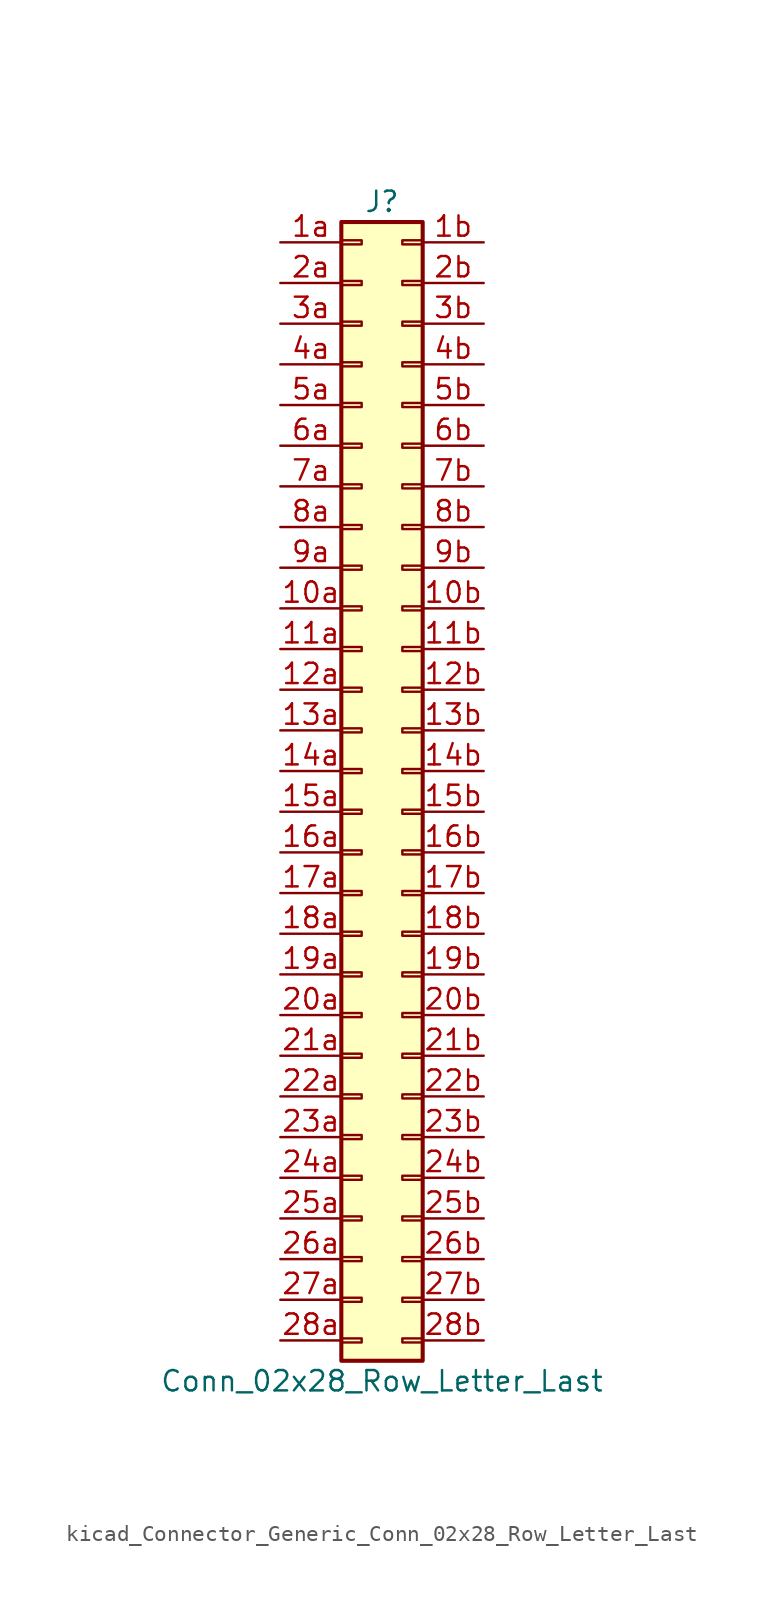
<source format=kicad_sym>
(kicad_symbol_lib
  (version 20220914)
  (generator kicad_symbol_editor)
  (symbol "kicad_Connector_Generic_Conn_02x28_Row_Letter_Last"
    (pin_names
      (offset 1.016) hide)
    (property "Reference" "J"
      (at 1.27 35.56 0)
      (effects (font (size 1.27 1.27))))
    (property "Value" "Conn_02x28_Row_Letter_Last"
      (at 1.27 -38.1 0)
      (effects (font (size 1.27 1.27))))
    (symbol "kicad_Connector_Generic_Conn_02x28_Row_Letter_Last_1_1"
      (rectangle (start -1.27 -35.433) (end 0 -35.687) (stroke (width 0.152) (type default)) (fill (type none)))
      (rectangle (start -1.27 -32.893) (end 0 -33.147) (stroke (width 0.152) (type default)) (fill (type none)))
      (rectangle (start -1.27 -30.353) (end 0 -30.607) (stroke (width 0.152) (type default)) (fill (type none)))
      (rectangle (start -1.27 -27.813) (end 0 -28.067) (stroke (width 0.152) (type default)) (fill (type none)))
      (rectangle (start -1.27 -25.273) (end 0 -25.527) (stroke (width 0.152) (type default)) (fill (type none)))
      (rectangle (start -1.27 -22.733) (end 0 -22.987) (stroke (width 0.152) (type default)) (fill (type none)))
      (rectangle (start -1.27 -20.193) (end 0 -20.447) (stroke (width 0.152) (type default)) (fill (type none)))
      (rectangle (start -1.27 -17.653) (end 0 -17.907) (stroke (width 0.152) (type default)) (fill (type none)))
      (rectangle (start -1.27 -15.113) (end 0 -15.367) (stroke (width 0.152) (type default)) (fill (type none)))
      (rectangle (start -1.27 -12.573) (end 0 -12.827) (stroke (width 0.152) (type default)) (fill (type none)))
      (rectangle (start -1.27 -10.033) (end 0 -10.287) (stroke (width 0.152) (type default)) (fill (type none)))
      (rectangle (start -1.27 -7.493) (end 0 -7.747) (stroke (width 0.152) (type default)) (fill (type none)))
      (rectangle (start -1.27 -4.953) (end 0 -5.207) (stroke (width 0.152) (type default)) (fill (type none)))
      (rectangle (start -1.27 -2.413) (end 0 -2.667) (stroke (width 0.152) (type default)) (fill (type none)))
      (rectangle (start -1.27 0.127) (end 0 -0.127) (stroke (width 0.152) (type default)) (fill (type none)))
      (rectangle (start -1.27 2.667) (end 0 2.413) (stroke (width 0.152) (type default)) (fill (type none)))
      (rectangle (start -1.27 5.207) (end 0 4.953) (stroke (width 0.152) (type default)) (fill (type none)))
      (rectangle (start -1.27 7.747) (end 0 7.493) (stroke (width 0.152) (type default)) (fill (type none)))
      (rectangle (start -1.27 10.287) (end 0 10.033) (stroke (width 0.152) (type default)) (fill (type none)))
      (rectangle (start -1.27 12.827) (end 0 12.573) (stroke (width 0.152) (type default)) (fill (type none)))
      (rectangle (start -1.27 15.367) (end 0 15.113) (stroke (width 0.152) (type default)) (fill (type none)))
      (rectangle (start -1.27 17.907) (end 0 17.653) (stroke (width 0.152) (type default)) (fill (type none)))
      (rectangle (start -1.27 20.447) (end 0 20.193) (stroke (width 0.152) (type default)) (fill (type none)))
      (rectangle (start -1.27 22.987) (end 0 22.733) (stroke (width 0.152) (type default)) (fill (type none)))
      (rectangle (start -1.27 25.527) (end 0 25.273) (stroke (width 0.152) (type default)) (fill (type none)))
      (rectangle (start -1.27 28.067) (end 0 27.813) (stroke (width 0.152) (type default)) (fill (type none)))
      (rectangle (start -1.27 30.607) (end 0 30.353) (stroke (width 0.152) (type default)) (fill (type none)))
      (rectangle (start -1.27 33.147) (end 0 32.893) (stroke (width 0.152) (type default)) (fill (type none)))
      (rectangle (start -1.27 34.29) (end 3.81 -36.83) (stroke (width 0.254) (type default)) (fill (type background)))
      (rectangle (start 3.81 -35.433) (end 2.54 -35.687) (stroke (width 0.152) (type default)) (fill (type none)))
      (rectangle (start 3.81 -32.893) (end 2.54 -33.147) (stroke (width 0.152) (type default)) (fill (type none)))
      (rectangle (start 3.81 -30.353) (end 2.54 -30.607) (stroke (width 0.152) (type default)) (fill (type none)))
      (rectangle (start 3.81 -27.813) (end 2.54 -28.067) (stroke (width 0.152) (type default)) (fill (type none)))
      (rectangle (start 3.81 -25.273) (end 2.54 -25.527) (stroke (width 0.152) (type default)) (fill (type none)))
      (rectangle (start 3.81 -22.733) (end 2.54 -22.987) (stroke (width 0.152) (type default)) (fill (type none)))
      (rectangle (start 3.81 -20.193) (end 2.54 -20.447) (stroke (width 0.152) (type default)) (fill (type none)))
      (rectangle (start 3.81 -17.653) (end 2.54 -17.907) (stroke (width 0.152) (type default)) (fill (type none)))
      (rectangle (start 3.81 -15.113) (end 2.54 -15.367) (stroke (width 0.152) (type default)) (fill (type none)))
      (rectangle (start 3.81 -12.573) (end 2.54 -12.827) (stroke (width 0.152) (type default)) (fill (type none)))
      (rectangle (start 3.81 -10.033) (end 2.54 -10.287) (stroke (width 0.152) (type default)) (fill (type none)))
      (rectangle (start 3.81 -7.493) (end 2.54 -7.747) (stroke (width 0.152) (type default)) (fill (type none)))
      (rectangle (start 3.81 -4.953) (end 2.54 -5.207) (stroke (width 0.152) (type default)) (fill (type none)))
      (rectangle (start 3.81 -2.413) (end 2.54 -2.667) (stroke (width 0.152) (type default)) (fill (type none)))
      (rectangle (start 3.81 0.127) (end 2.54 -0.127) (stroke (width 0.152) (type default)) (fill (type none)))
      (rectangle (start 3.81 2.667) (end 2.54 2.413) (stroke (width 0.152) (type default)) (fill (type none)))
      (rectangle (start 3.81 5.207) (end 2.54 4.953) (stroke (width 0.152) (type default)) (fill (type none)))
      (rectangle (start 3.81 7.747) (end 2.54 7.493) (stroke (width 0.152) (type default)) (fill (type none)))
      (rectangle (start 3.81 10.287) (end 2.54 10.033) (stroke (width 0.152) (type default)) (fill (type none)))
      (rectangle (start 3.81 12.827) (end 2.54 12.573) (stroke (width 0.152) (type default)) (fill (type none)))
      (rectangle (start 3.81 15.367) (end 2.54 15.113) (stroke (width 0.152) (type default)) (fill (type none)))
      (rectangle (start 3.81 17.907) (end 2.54 17.653) (stroke (width 0.152) (type default)) (fill (type none)))
      (rectangle (start 3.81 20.447) (end 2.54 20.193) (stroke (width 0.152) (type default)) (fill (type none)))
      (rectangle (start 3.81 22.987) (end 2.54 22.733) (stroke (width 0.152) (type default)) (fill (type none)))
      (rectangle (start 3.81 25.527) (end 2.54 25.273) (stroke (width 0.152) (type default)) (fill (type none)))
      (rectangle (start 3.81 28.067) (end 2.54 27.813) (stroke (width 0.152) (type default)) (fill (type none)))
      (rectangle (start 3.81 30.607) (end 2.54 30.353) (stroke (width 0.152) (type default)) (fill (type none)))
      (rectangle (start 3.81 33.147) (end 2.54 32.893) (stroke (width 0.152) (type default)) (fill (type none)))
      (pin passive line (at -5.08 10.16 0) (length 3.81) (name "Pin_10a" (effects (font (size 1.27 1.27)))) (number "10a" (effects (font (size 1.27 1.27)))))
      (pin passive line (at 7.62 10.16 180) (length 3.81) (name "Pin_10b" (effects (font (size 1.27 1.27)))) (number "10b" (effects (font (size 1.27 1.27)))))
      (pin passive line (at -5.08 7.62 0) (length 3.81) (name "Pin_11a" (effects (font (size 1.27 1.27)))) (number "11a" (effects (font (size 1.27 1.27)))))
      (pin passive line (at 7.62 7.62 180) (length 3.81) (name "Pin_11b" (effects (font (size 1.27 1.27)))) (number "11b" (effects (font (size 1.27 1.27)))))
      (pin passive line (at -5.08 5.08 0) (length 3.81) (name "Pin_12a" (effects (font (size 1.27 1.27)))) (number "12a" (effects (font (size 1.27 1.27)))))
      (pin passive line (at 7.62 5.08 180) (length 3.81) (name "Pin_12b" (effects (font (size 1.27 1.27)))) (number "12b" (effects (font (size 1.27 1.27)))))
      (pin passive line (at -5.08 2.54 0) (length 3.81) (name "Pin_13a" (effects (font (size 1.27 1.27)))) (number "13a" (effects (font (size 1.27 1.27)))))
      (pin passive line (at 7.62 2.54 180) (length 3.81) (name "Pin_13b" (effects (font (size 1.27 1.27)))) (number "13b" (effects (font (size 1.27 1.27)))))
      (pin passive line (at -5.08 0 0) (length 3.81) (name "Pin_14a" (effects (font (size 1.27 1.27)))) (number "14a" (effects (font (size 1.27 1.27)))))
      (pin passive line (at 7.62 0 180) (length 3.81) (name "Pin_14b" (effects (font (size 1.27 1.27)))) (number "14b" (effects (font (size 1.27 1.27)))))
      (pin passive line (at -5.08 -2.54 0) (length 3.81) (name "Pin_15a" (effects (font (size 1.27 1.27)))) (number "15a" (effects (font (size 1.27 1.27)))))
      (pin passive line (at 7.62 -2.54 180) (length 3.81) (name "Pin_15b" (effects (font (size 1.27 1.27)))) (number "15b" (effects (font (size 1.27 1.27)))))
      (pin passive line (at -5.08 -5.08 0) (length 3.81) (name "Pin_16a" (effects (font (size 1.27 1.27)))) (number "16a" (effects (font (size 1.27 1.27)))))
      (pin passive line (at 7.62 -5.08 180) (length 3.81) (name "Pin_16b" (effects (font (size 1.27 1.27)))) (number "16b" (effects (font (size 1.27 1.27)))))
      (pin passive line (at -5.08 -7.62 0) (length 3.81) (name "Pin_17a" (effects (font (size 1.27 1.27)))) (number "17a" (effects (font (size 1.27 1.27)))))
      (pin passive line (at 7.62 -7.62 180) (length 3.81) (name "Pin_17b" (effects (font (size 1.27 1.27)))) (number "17b" (effects (font (size 1.27 1.27)))))
      (pin passive line (at -5.08 -10.16 0) (length 3.81) (name "Pin_18a" (effects (font (size 1.27 1.27)))) (number "18a" (effects (font (size 1.27 1.27)))))
      (pin passive line (at 7.62 -10.16 180) (length 3.81) (name "Pin_18b" (effects (font (size 1.27 1.27)))) (number "18b" (effects (font (size 1.27 1.27)))))
      (pin passive line (at -5.08 -12.7 0) (length 3.81) (name "Pin_19a" (effects (font (size 1.27 1.27)))) (number "19a" (effects (font (size 1.27 1.27)))))
      (pin passive line (at 7.62 -12.7 180) (length 3.81) (name "Pin_19b" (effects (font (size 1.27 1.27)))) (number "19b" (effects (font (size 1.27 1.27)))))
      (pin passive line (at -5.08 33.02 0) (length 3.81) (name "Pin_1a" (effects (font (size 1.27 1.27)))) (number "1a" (effects (font (size 1.27 1.27)))))
      (pin passive line (at 7.62 33.02 180) (length 3.81) (name "Pin_1b" (effects (font (size 1.27 1.27)))) (number "1b" (effects (font (size 1.27 1.27)))))
      (pin passive line (at -5.08 -15.24 0) (length 3.81) (name "Pin_20a" (effects (font (size 1.27 1.27)))) (number "20a" (effects (font (size 1.27 1.27)))))
      (pin passive line (at 7.62 -15.24 180) (length 3.81) (name "Pin_20b" (effects (font (size 1.27 1.27)))) (number "20b" (effects (font (size 1.27 1.27)))))
      (pin passive line (at -5.08 -17.78 0) (length 3.81) (name "Pin_21a" (effects (font (size 1.27 1.27)))) (number "21a" (effects (font (size 1.27 1.27)))))
      (pin passive line (at 7.62 -17.78 180) (length 3.81) (name "Pin_21b" (effects (font (size 1.27 1.27)))) (number "21b" (effects (font (size 1.27 1.27)))))
      (pin passive line (at -5.08 -20.32 0) (length 3.81) (name "Pin_22a" (effects (font (size 1.27 1.27)))) (number "22a" (effects (font (size 1.27 1.27)))))
      (pin passive line (at 7.62 -20.32 180) (length 3.81) (name "Pin_22b" (effects (font (size 1.27 1.27)))) (number "22b" (effects (font (size 1.27 1.27)))))
      (pin passive line (at -5.08 -22.86 0) (length 3.81) (name "Pin_23a" (effects (font (size 1.27 1.27)))) (number "23a" (effects (font (size 1.27 1.27)))))
      (pin passive line (at 7.62 -22.86 180) (length 3.81) (name "Pin_23b" (effects (font (size 1.27 1.27)))) (number "23b" (effects (font (size 1.27 1.27)))))
      (pin passive line (at -5.08 -25.4 0) (length 3.81) (name "Pin_24a" (effects (font (size 1.27 1.27)))) (number "24a" (effects (font (size 1.27 1.27)))))
      (pin passive line (at 7.62 -25.4 180) (length 3.81) (name "Pin_24b" (effects (font (size 1.27 1.27)))) (number "24b" (effects (font (size 1.27 1.27)))))
      (pin passive line (at -5.08 -27.94 0) (length 3.81) (name "Pin_25a" (effects (font (size 1.27 1.27)))) (number "25a" (effects (font (size 1.27 1.27)))))
      (pin passive line (at 7.62 -27.94 180) (length 3.81) (name "Pin_25b" (effects (font (size 1.27 1.27)))) (number "25b" (effects (font (size 1.27 1.27)))))
      (pin passive line (at -5.08 -30.48 0) (length 3.81) (name "Pin_26a" (effects (font (size 1.27 1.27)))) (number "26a" (effects (font (size 1.27 1.27)))))
      (pin passive line (at 7.62 -30.48 180) (length 3.81) (name "Pin_26b" (effects (font (size 1.27 1.27)))) (number "26b" (effects (font (size 1.27 1.27)))))
      (pin passive line (at -5.08 -33.02 0) (length 3.81) (name "Pin_27a" (effects (font (size 1.27 1.27)))) (number "27a" (effects (font (size 1.27 1.27)))))
      (pin passive line (at 7.62 -33.02 180) (length 3.81) (name "Pin_27b" (effects (font (size 1.27 1.27)))) (number "27b" (effects (font (size 1.27 1.27)))))
      (pin passive line (at -5.08 -35.56 0) (length 3.81) (name "Pin_28a" (effects (font (size 1.27 1.27)))) (number "28a" (effects (font (size 1.27 1.27)))))
      (pin passive line (at 7.62 -35.56 180) (length 3.81) (name "Pin_28b" (effects (font (size 1.27 1.27)))) (number "28b" (effects (font (size 1.27 1.27)))))
      (pin passive line (at -5.08 30.48 0) (length 3.81) (name "Pin_2a" (effects (font (size 1.27 1.27)))) (number "2a" (effects (font (size 1.27 1.27)))))
      (pin passive line (at 7.62 30.48 180) (length 3.81) (name "Pin_2b" (effects (font (size 1.27 1.27)))) (number "2b" (effects (font (size 1.27 1.27)))))
      (pin passive line (at -5.08 27.94 0) (length 3.81) (name "Pin_3a" (effects (font (size 1.27 1.27)))) (number "3a" (effects (font (size 1.27 1.27)))))
      (pin passive line (at 7.62 27.94 180) (length 3.81) (name "Pin_3b" (effects (font (size 1.27 1.27)))) (number "3b" (effects (font (size 1.27 1.27)))))
      (pin passive line (at -5.08 25.4 0) (length 3.81) (name "Pin_4a" (effects (font (size 1.27 1.27)))) (number "4a" (effects (font (size 1.27 1.27)))))
      (pin passive line (at 7.62 25.4 180) (length 3.81) (name "Pin_4b" (effects (font (size 1.27 1.27)))) (number "4b" (effects (font (size 1.27 1.27)))))
      (pin passive line (at -5.08 22.86 0) (length 3.81) (name "Pin_5a" (effects (font (size 1.27 1.27)))) (number "5a" (effects (font (size 1.27 1.27)))))
      (pin passive line (at 7.62 22.86 180) (length 3.81) (name "Pin_5b" (effects (font (size 1.27 1.27)))) (number "5b" (effects (font (size 1.27 1.27)))))
      (pin passive line (at -5.08 20.32 0) (length 3.81) (name "Pin_6a" (effects (font (size 1.27 1.27)))) (number "6a" (effects (font (size 1.27 1.27)))))
      (pin passive line (at 7.62 20.32 180) (length 3.81) (name "Pin_6b" (effects (font (size 1.27 1.27)))) (number "6b" (effects (font (size 1.27 1.27)))))
      (pin passive line (at -5.08 17.78 0) (length 3.81) (name "Pin_7a" (effects (font (size 1.27 1.27)))) (number "7a" (effects (font (size 1.27 1.27)))))
      (pin passive line (at 7.62 17.78 180) (length 3.81) (name "Pin_7b" (effects (font (size 1.27 1.27)))) (number "7b" (effects (font (size 1.27 1.27)))))
      (pin passive line (at -5.08 15.24 0) (length 3.81) (name "Pin_8a" (effects (font (size 1.27 1.27)))) (number "8a" (effects (font (size 1.27 1.27)))))
      (pin passive line (at 7.62 15.24 180) (length 3.81) (name "Pin_8b" (effects (font (size 1.27 1.27)))) (number "8b" (effects (font (size 1.27 1.27)))))
      (pin passive line (at -5.08 12.7 0) (length 3.81) (name "Pin_9a" (effects (font (size 1.27 1.27)))) (number "9a" (effects (font (size 1.27 1.27)))))
      (pin passive line (at 7.62 12.7 180) (length 3.81) (name "Pin_9b" (effects (font (size 1.27 1.27)))) (number "9b" (effects (font (size 1.27 1.27))))))))
</source>
